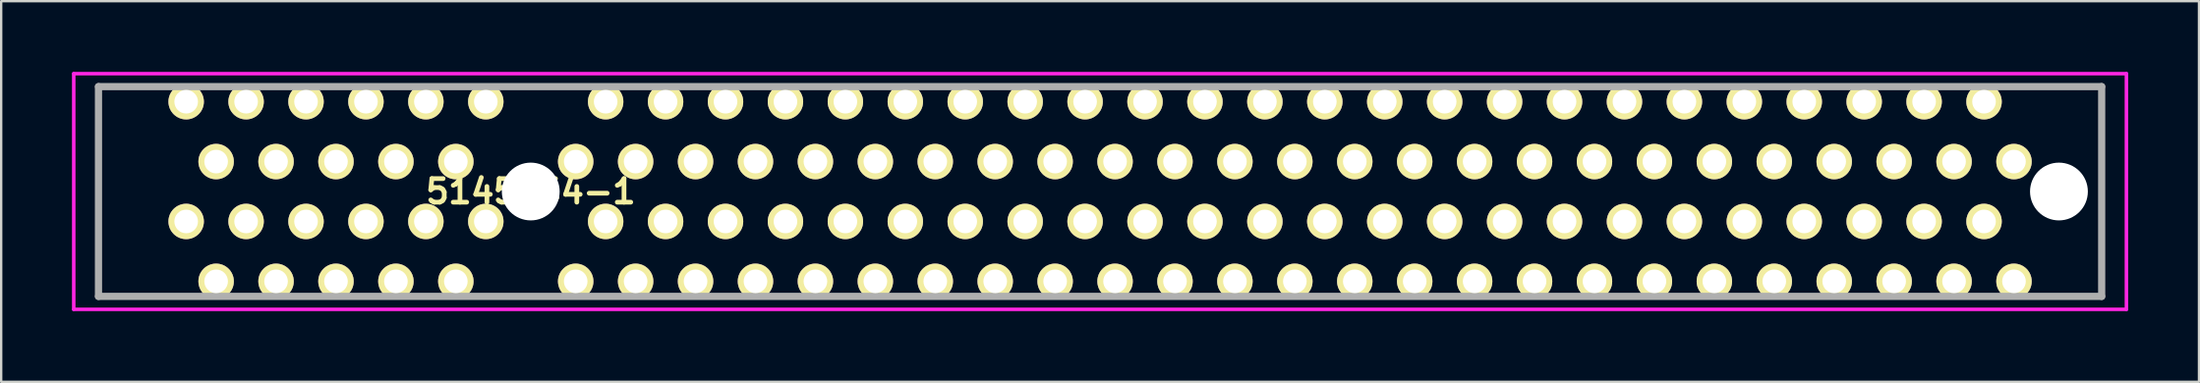
<source format=kicad_pcb>
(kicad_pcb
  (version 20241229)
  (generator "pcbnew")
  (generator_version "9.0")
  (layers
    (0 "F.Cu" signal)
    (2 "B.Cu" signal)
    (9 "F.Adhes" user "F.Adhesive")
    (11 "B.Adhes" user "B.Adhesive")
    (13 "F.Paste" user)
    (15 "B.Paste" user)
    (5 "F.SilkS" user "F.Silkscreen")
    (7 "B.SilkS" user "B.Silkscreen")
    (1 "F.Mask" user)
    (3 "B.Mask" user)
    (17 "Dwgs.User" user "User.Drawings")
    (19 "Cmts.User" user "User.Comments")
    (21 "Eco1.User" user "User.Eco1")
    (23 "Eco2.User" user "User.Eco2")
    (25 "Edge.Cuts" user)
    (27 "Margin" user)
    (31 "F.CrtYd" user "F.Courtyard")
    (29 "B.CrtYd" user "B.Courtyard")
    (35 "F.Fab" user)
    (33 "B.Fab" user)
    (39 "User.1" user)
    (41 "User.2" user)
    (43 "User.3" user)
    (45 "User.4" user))
  (footprint "5145154-1"
    (layer "F.Cu")
    (at 19.445 5.075)
    (property "Reference" "5145154-1" (at 0 0 0) (layer "F.SilkS") (effects (font (size 1 1) (thickness 0.2))))
    (attr through_hole)
    (fp_line (start -19.37 -5) (end -19.37 5) (stroke (width 0.15) (type solid)) (layer "F.CrtYd"))
    (fp_line (start -19.37 5) (end 67.63 5) (stroke (width 0.15) (type solid)) (layer "F.CrtYd"))
    (fp_line (start 67.63 -5) (end -19.37 -5) (stroke (width 0.15) (type solid)) (layer "F.CrtYd"))
    (fp_line (start 67.63 5) (end 67.63 -5) (stroke (width 0.15) (type solid)) (layer "F.CrtYd"))
    (fp_line (start -18.321 -4.45) (end -18.321 4.45) (stroke (width 0.305) (type solid)) (layer "F.Fab"))
    (fp_line (start -18.321 4.45) (end 66.581 4.45) (stroke (width 0.305) (type solid)) (layer "F.Fab"))
    (fp_line (start 66.581 -4.45) (end -18.321 -4.45) (stroke (width 0.305) (type solid)) (layer "F.Fab"))
    (fp_line (start 66.581 4.45) (end 66.581 -4.45) (stroke (width 0.305) (type solid)) (layer "F.Fab"))
    (pad "" np_thru_hole circle (at 0 0) (size 2.451 2.451) (drill 2.451) (layers "*.Cu" "*.Mask"))
    (pad "" np_thru_hole circle (at 64.77 0) (size 2.451 2.451) (drill 2.451) (layers "*.Cu" "*.Mask"))
    (pad "A1" thru_hole circle (at -14.605 -3.81) (size 1.501 1.501) (drill 1.001) (layers "*.Cu" "*.Mask" "F.SilkS"))
    (pad "A2" thru_hole circle (at -13.335 -1.27) (size 1.501 1.501) (drill 1.001) (layers "*.Cu" "*.Mask" "F.SilkS"))
    (pad "A3" thru_hole circle (at -12.065 -3.81) (size 1.501 1.501) (drill 1.001) (layers "*.Cu" "*.Mask" "F.SilkS"))
    (pad "A4" thru_hole circle (at -10.795 -1.27) (size 1.501 1.501) (drill 1.001) (layers "*.Cu" "*.Mask" "F.SilkS"))
    (pad "A5" thru_hole circle (at -9.525 -3.81) (size 1.501 1.501) (drill 1.001) (layers "*.Cu" "*.Mask" "F.SilkS"))
    (pad "A6" thru_hole circle (at -8.255 -1.27) (size 1.501 1.501) (drill 1.001) (layers "*.Cu" "*.Mask" "F.SilkS"))
    (pad "A7" thru_hole circle (at -6.985 -3.81) (size 1.501 1.501) (drill 1.001) (layers "*.Cu" "*.Mask" "F.SilkS"))
    (pad "A8" thru_hole circle (at -5.715 -1.27) (size 1.501 1.501) (drill 1.001) (layers "*.Cu" "*.Mask" "F.SilkS"))
    (pad "A9" thru_hole circle (at -4.445 -3.81) (size 1.501 1.501) (drill 1.001) (layers "*.Cu" "*.Mask" "F.SilkS"))
    (pad "A10" thru_hole circle (at -3.175 -1.27) (size 1.501 1.501) (drill 1.001) (layers "*.Cu" "*.Mask" "F.SilkS"))
    (pad "A11" thru_hole circle (at -1.905 -3.81) (size 1.501 1.501) (drill 1.001) (layers "*.Cu" "*.Mask" "F.SilkS"))
    (pad "A14" thru_hole circle (at 1.905 -1.27) (size 1.501 1.501) (drill 1.001) (layers "*.Cu" "*.Mask" "F.SilkS"))
    (pad "A15" thru_hole circle (at 3.175 -3.81) (size 1.501 1.501) (drill 1.001) (layers "*.Cu" "*.Mask" "F.SilkS"))
    (pad "A16" thru_hole circle (at 4.445 -1.27) (size 1.501 1.501) (drill 1.001) (layers "*.Cu" "*.Mask" "F.SilkS"))
    (pad "A17" thru_hole circle (at 5.715 -3.81) (size 1.501 1.501) (drill 1.001) (layers "*.Cu" "*.Mask" "F.SilkS"))
    (pad "A18" thru_hole circle (at 6.985 -1.27) (size 1.501 1.501) (drill 1.001) (layers "*.Cu" "*.Mask" "F.SilkS"))
    (pad "A19" thru_hole circle (at 8.255 -3.81) (size 1.501 1.501) (drill 1.001) (layers "*.Cu" "*.Mask" "F.SilkS"))
    (pad "A20" thru_hole circle (at 9.525 -1.27) (size 1.501 1.501) (drill 1.001) (layers "*.Cu" "*.Mask" "F.SilkS"))
    (pad "A21" thru_hole circle (at 10.795 -3.81) (size 1.501 1.501) (drill 1.001) (layers "*.Cu" "*.Mask" "F.SilkS"))
    (pad "A22" thru_hole circle (at 12.065 -1.27) (size 1.501 1.501) (drill 1.001) (layers "*.Cu" "*.Mask" "F.SilkS"))
    (pad "A23" thru_hole circle (at 13.335 -3.81) (size 1.501 1.501) (drill 1.001) (layers "*.Cu" "*.Mask" "F.SilkS"))
    (pad "A24" thru_hole circle (at 14.605 -1.27) (size 1.501 1.501) (drill 1.001) (layers "*.Cu" "*.Mask" "F.SilkS"))
    (pad "A25" thru_hole circle (at 15.875 -3.81) (size 1.501 1.501) (drill 1.001) (layers "*.Cu" "*.Mask" "F.SilkS"))
    (pad "A26" thru_hole circle (at 17.145 -1.27) (size 1.501 1.501) (drill 1.001) (layers "*.Cu" "*.Mask" "F.SilkS"))
    (pad "A27" thru_hole circle (at 18.415 -3.81) (size 1.501 1.501) (drill 1.001) (layers "*.Cu" "*.Mask" "F.SilkS"))
    (pad "A28" thru_hole circle (at 19.685 -1.27) (size 1.501 1.501) (drill 1.001) (layers "*.Cu" "*.Mask" "F.SilkS"))
    (pad "A29" thru_hole circle (at 20.955 -3.81) (size 1.501 1.501) (drill 1.001) (layers "*.Cu" "*.Mask" "F.SilkS"))
    (pad "A30" thru_hole circle (at 22.225 -1.27) (size 1.501 1.501) (drill 1.001) (layers "*.Cu" "*.Mask" "F.SilkS"))
    (pad "A31" thru_hole circle (at 23.495 -3.81) (size 1.501 1.501) (drill 1.001) (layers "*.Cu" "*.Mask" "F.SilkS"))
    (pad "A32" thru_hole circle (at 24.765 -1.27) (size 1.501 1.501) (drill 1.001) (layers "*.Cu" "*.Mask" "F.SilkS"))
    (pad "A33" thru_hole circle (at 26.035 -3.81) (size 1.501 1.501) (drill 1.001) (layers "*.Cu" "*.Mask" "F.SilkS"))
    (pad "A34" thru_hole circle (at 27.305 -1.27) (size 1.501 1.501) (drill 1.001) (layers "*.Cu" "*.Mask" "F.SilkS"))
    (pad "A35" thru_hole circle (at 28.575 -3.81) (size 1.501 1.501) (drill 1.001) (layers "*.Cu" "*.Mask" "F.SilkS"))
    (pad "A36" thru_hole circle (at 29.845 -1.27) (size 1.501 1.501) (drill 1.001) (layers "*.Cu" "*.Mask" "F.SilkS"))
    (pad "A37" thru_hole circle (at 31.115 -3.81) (size 1.501 1.501) (drill 1.001) (layers "*.Cu" "*.Mask" "F.SilkS"))
    (pad "A38" thru_hole circle (at 32.385 -1.27) (size 1.501 1.501) (drill 1.001) (layers "*.Cu" "*.Mask" "F.SilkS"))
    (pad "A39" thru_hole circle (at 33.655 -3.81) (size 1.501 1.501) (drill 1.001) (layers "*.Cu" "*.Mask" "F.SilkS"))
    (pad "A40" thru_hole circle (at 34.925 -1.27) (size 1.501 1.501) (drill 1.001) (layers "*.Cu" "*.Mask" "F.SilkS"))
    (pad "A41" thru_hole circle (at 36.195 -3.81) (size 1.501 1.501) (drill 1.001) (layers "*.Cu" "*.Mask" "F.SilkS"))
    (pad "A42" thru_hole circle (at 37.465 -1.27) (size 1.501 1.501) (drill 1.001) (layers "*.Cu" "*.Mask" "F.SilkS"))
    (pad "A43" thru_hole circle (at 38.735 -3.81) (size 1.501 1.501) (drill 1.001) (layers "*.Cu" "*.Mask" "F.SilkS"))
    (pad "A44" thru_hole circle (at 40.005 -1.27) (size 1.501 1.501) (drill 1.001) (layers "*.Cu" "*.Mask" "F.SilkS"))
    (pad "A45" thru_hole circle (at 41.275 -3.81) (size 1.501 1.501) (drill 1.001) (layers "*.Cu" "*.Mask" "F.SilkS"))
    (pad "A46" thru_hole circle (at 42.545 -1.27) (size 1.501 1.501) (drill 1.001) (layers "*.Cu" "*.Mask" "F.SilkS"))
    (pad "A47" thru_hole circle (at 43.815 -3.81) (size 1.501 1.501) (drill 1.001) (layers "*.Cu" "*.Mask" "F.SilkS"))
    (pad "A48" thru_hole circle (at 45.085 -1.27) (size 1.501 1.501) (drill 1.001) (layers "*.Cu" "*.Mask" "F.SilkS"))
    (pad "A49" thru_hole circle (at 46.355 -3.81) (size 1.501 1.501) (drill 1.001) (layers "*.Cu" "*.Mask" "F.SilkS"))
    (pad "A50" thru_hole circle (at 47.625 -1.27) (size 1.501 1.501) (drill 1.001) (layers "*.Cu" "*.Mask" "F.SilkS"))
    (pad "A51" thru_hole circle (at 48.895 -3.81) (size 1.501 1.501) (drill 1.001) (layers "*.Cu" "*.Mask" "F.SilkS"))
    (pad "A52" thru_hole circle (at 50.165 -1.27) (size 1.501 1.501) (drill 1.001) (layers "*.Cu" "*.Mask" "F.SilkS"))
    (pad "A53" thru_hole circle (at 51.435 -3.81) (size 1.501 1.501) (drill 1.001) (layers "*.Cu" "*.Mask" "F.SilkS"))
    (pad "A54" thru_hole circle (at 52.705 -1.27) (size 1.501 1.501) (drill 1.001) (layers "*.Cu" "*.Mask" "F.SilkS"))
    (pad "A55" thru_hole circle (at 53.975 -3.81) (size 1.501 1.501) (drill 1.001) (layers "*.Cu" "*.Mask" "F.SilkS"))
    (pad "A56" thru_hole circle (at 55.245 -1.27) (size 1.501 1.501) (drill 1.001) (layers "*.Cu" "*.Mask" "F.SilkS"))
    (pad "A57" thru_hole circle (at 56.515 -3.81) (size 1.501 1.501) (drill 1.001) (layers "*.Cu" "*.Mask" "F.SilkS"))
    (pad "A58" thru_hole circle (at 57.785 -1.27) (size 1.501 1.501) (drill 1.001) (layers "*.Cu" "*.Mask" "F.SilkS"))
    (pad "A59" thru_hole circle (at 59.055 -3.81) (size 1.501 1.501) (drill 1.001) (layers "*.Cu" "*.Mask" "F.SilkS"))
    (pad "A60" thru_hole circle (at 60.325 -1.27) (size 1.501 1.501) (drill 1.001) (layers "*.Cu" "*.Mask" "F.SilkS"))
    (pad "A61" thru_hole circle (at 61.595 -3.81) (size 1.501 1.501) (drill 1.001) (layers "*.Cu" "*.Mask" "F.SilkS"))
    (pad "A62" thru_hole circle (at 62.865 -1.27) (size 1.501 1.501) (drill 1.001) (layers "*.Cu" "*.Mask" "F.SilkS"))
    (pad "B1" thru_hole circle (at -14.605 1.27) (size 1.501 1.501) (drill 1.001) (layers "*.Cu" "*.Mask" "F.SilkS"))
    (pad "B2" thru_hole circle (at -13.335 3.81) (size 1.501 1.501) (drill 1.001) (layers "*.Cu" "*.Mask" "F.SilkS"))
    (pad "B3" thru_hole circle (at -12.065 1.27) (size 1.501 1.501) (drill 1.001) (layers "*.Cu" "*.Mask" "F.SilkS"))
    (pad "B4" thru_hole circle (at -10.795 3.81) (size 1.501 1.501) (drill 1.001) (layers "*.Cu" "*.Mask" "F.SilkS"))
    (pad "B5" thru_hole circle (at -9.525 1.27) (size 1.501 1.501) (drill 1.001) (layers "*.Cu" "*.Mask" "F.SilkS"))
    (pad "B6" thru_hole circle (at -8.255 3.81) (size 1.501 1.501) (drill 1.001) (layers "*.Cu" "*.Mask" "F.SilkS"))
    (pad "B7" thru_hole circle (at -6.985 1.27) (size 1.501 1.501) (drill 1.001) (layers "*.Cu" "*.Mask" "F.SilkS"))
    (pad "B8" thru_hole circle (at -5.715 3.81) (size 1.501 1.501) (drill 1.001) (layers "*.Cu" "*.Mask" "F.SilkS"))
    (pad "B9" thru_hole circle (at -4.445 1.27) (size 1.501 1.501) (drill 1.001) (layers "*.Cu" "*.Mask" "F.SilkS"))
    (pad "B10" thru_hole circle (at -3.175 3.81) (size 1.501 1.501) (drill 1.001) (layers "*.Cu" "*.Mask" "F.SilkS"))
    (pad "B11" thru_hole circle (at -1.905 1.27) (size 1.501 1.501) (drill 1.001) (layers "*.Cu" "*.Mask" "F.SilkS"))
    (pad "B14" thru_hole circle (at 1.905 3.81) (size 1.501 1.501) (drill 1.001) (layers "*.Cu" "*.Mask" "F.SilkS"))
    (pad "B15" thru_hole circle (at 3.175 1.27) (size 1.501 1.501) (drill 1.001) (layers "*.Cu" "*.Mask" "F.SilkS"))
    (pad "B16" thru_hole circle (at 4.445 3.81) (size 1.501 1.501) (drill 1.001) (layers "*.Cu" "*.Mask" "F.SilkS"))
    (pad "B17" thru_hole circle (at 5.715 1.27) (size 1.501 1.501) (drill 1.001) (layers "*.Cu" "*.Mask" "F.SilkS"))
    (pad "B18" thru_hole circle (at 6.985 3.81) (size 1.501 1.501) (drill 1.001) (layers "*.Cu" "*.Mask" "F.SilkS"))
    (pad "B19" thru_hole circle (at 8.255 1.27) (size 1.501 1.501) (drill 1.001) (layers "*.Cu" "*.Mask" "F.SilkS"))
    (pad "B20" thru_hole circle (at 9.525 3.81) (size 1.501 1.501) (drill 1.001) (layers "*.Cu" "*.Mask" "F.SilkS"))
    (pad "B21" thru_hole circle (at 10.795 1.27) (size 1.501 1.501) (drill 1.001) (layers "*.Cu" "*.Mask" "F.SilkS"))
    (pad "B22" thru_hole circle (at 12.065 3.81) (size 1.501 1.501) (drill 1.001) (layers "*.Cu" "*.Mask" "F.SilkS"))
    (pad "B23" thru_hole circle (at 13.335 1.27) (size 1.501 1.501) (drill 1.001) (layers "*.Cu" "*.Mask" "F.SilkS"))
    (pad "B24" thru_hole circle (at 14.605 3.81) (size 1.501 1.501) (drill 1.001) (layers "*.Cu" "*.Mask" "F.SilkS"))
    (pad "B25" thru_hole circle (at 15.875 1.27) (size 1.501 1.501) (drill 1.001) (layers "*.Cu" "*.Mask" "F.SilkS"))
    (pad "B26" thru_hole circle (at 17.145 3.81) (size 1.501 1.501) (drill 1.001) (layers "*.Cu" "*.Mask" "F.SilkS"))
    (pad "B27" thru_hole circle (at 18.415 1.27) (size 1.501 1.501) (drill 1.001) (layers "*.Cu" "*.Mask" "F.SilkS"))
    (pad "B28" thru_hole circle (at 19.685 3.81) (size 1.501 1.501) (drill 1.001) (layers "*.Cu" "*.Mask" "F.SilkS"))
    (pad "B29" thru_hole circle (at 20.955 1.27) (size 1.501 1.501) (drill 1.001) (layers "*.Cu" "*.Mask" "F.SilkS"))
    (pad "B30" thru_hole circle (at 22.225 3.81) (size 1.501 1.501) (drill 1.001) (layers "*.Cu" "*.Mask" "F.SilkS"))
    (pad "B31" thru_hole circle (at 23.495 1.27) (size 1.501 1.501) (drill 1.001) (layers "*.Cu" "*.Mask" "F.SilkS"))
    (pad "B32" thru_hole circle (at 24.765 3.81) (size 1.501 1.501) (drill 1.001) (layers "*.Cu" "*.Mask" "F.SilkS"))
    (pad "B33" thru_hole circle (at 26.035 1.27) (size 1.501 1.501) (drill 1.001) (layers "*.Cu" "*.Mask" "F.SilkS"))
    (pad "B34" thru_hole circle (at 27.305 3.81) (size 1.501 1.501) (drill 1.001) (layers "*.Cu" "*.Mask" "F.SilkS"))
    (pad "B35" thru_hole circle (at 28.575 1.27) (size 1.501 1.501) (drill 1.001) (layers "*.Cu" "*.Mask" "F.SilkS"))
    (pad "B36" thru_hole circle (at 29.845 3.81) (size 1.501 1.501) (drill 1.001) (layers "*.Cu" "*.Mask" "F.SilkS"))
    (pad "B37" thru_hole circle (at 31.115 1.27) (size 1.501 1.501) (drill 1.001) (layers "*.Cu" "*.Mask" "F.SilkS"))
    (pad "B38" thru_hole circle (at 32.385 3.81) (size 1.501 1.501) (drill 1.001) (layers "*.Cu" "*.Mask" "F.SilkS"))
    (pad "B39" thru_hole circle (at 33.655 1.27) (size 1.501 1.501) (drill 1.001) (layers "*.Cu" "*.Mask" "F.SilkS"))
    (pad "B40" thru_hole circle (at 34.925 3.81) (size 1.501 1.501) (drill 1.001) (layers "*.Cu" "*.Mask" "F.SilkS"))
    (pad "B41" thru_hole circle (at 36.195 1.27) (size 1.501 1.501) (drill 1.001) (layers "*.Cu" "*.Mask" "F.SilkS"))
    (pad "B42" thru_hole circle (at 37.465 3.81) (size 1.501 1.501) (drill 1.001) (layers "*.Cu" "*.Mask" "F.SilkS"))
    (pad "B43" thru_hole circle (at 38.735 1.27) (size 1.501 1.501) (drill 1.001) (layers "*.Cu" "*.Mask" "F.SilkS"))
    (pad "B44" thru_hole circle (at 40.005 3.81) (size 1.501 1.501) (drill 1.001) (layers "*.Cu" "*.Mask" "F.SilkS"))
    (pad "B45" thru_hole circle (at 41.275 1.27) (size 1.501 1.501) (drill 1.001) (layers "*.Cu" "*.Mask" "F.SilkS"))
    (pad "B46" thru_hole circle (at 42.545 3.81) (size 1.501 1.501) (drill 1.001) (layers "*.Cu" "*.Mask" "F.SilkS"))
    (pad "B47" thru_hole circle (at 43.815 1.27) (size 1.501 1.501) (drill 1.001) (layers "*.Cu" "*.Mask" "F.SilkS"))
    (pad "B48" thru_hole circle (at 45.085 3.81) (size 1.501 1.501) (drill 1.001) (layers "*.Cu" "*.Mask" "F.SilkS"))
    (pad "B49" thru_hole circle (at 46.355 1.27) (size 1.501 1.501) (drill 1.001) (layers "*.Cu" "*.Mask" "F.SilkS"))
    (pad "B50" thru_hole circle (at 47.625 3.81) (size 1.501 1.501) (drill 1.001) (layers "*.Cu" "*.Mask" "F.SilkS"))
    (pad "B51" thru_hole circle (at 48.895 1.27) (size 1.501 1.501) (drill 1.001) (layers "*.Cu" "*.Mask" "F.SilkS"))
    (pad "B52" thru_hole circle (at 50.165 3.81) (size 1.501 1.501) (drill 1.001) (layers "*.Cu" "*.Mask" "F.SilkS"))
    (pad "B53" thru_hole circle (at 51.435 1.27) (size 1.501 1.501) (drill 1.001) (layers "*.Cu" "*.Mask" "F.SilkS"))
    (pad "B54" thru_hole circle (at 52.705 3.81) (size 1.501 1.501) (drill 1.001) (layers "*.Cu" "*.Mask" "F.SilkS"))
    (pad "B55" thru_hole circle (at 53.975 1.27) (size 1.501 1.501) (drill 1.001) (layers "*.Cu" "*.Mask" "F.SilkS"))
    (pad "B56" thru_hole circle (at 55.245 3.81) (size 1.501 1.501) (drill 1.001) (layers "*.Cu" "*.Mask" "F.SilkS"))
    (pad "B57" thru_hole circle (at 56.515 1.27) (size 1.501 1.501) (drill 1.001) (layers "*.Cu" "*.Mask" "F.SilkS"))
    (pad "B58" thru_hole circle (at 57.785 3.81) (size 1.501 1.501) (drill 1.001) (layers "*.Cu" "*.Mask" "F.SilkS"))
    (pad "B59" thru_hole circle (at 59.055 1.27) (size 1.501 1.501) (drill 1.001) (layers "*.Cu" "*.Mask" "F.SilkS"))
    (pad "B60" thru_hole circle (at 60.325 3.81) (size 1.501 1.501) (drill 1.001) (layers "*.Cu" "*.Mask" "F.SilkS"))
    (pad "B61" thru_hole circle (at 61.595 1.27) (size 1.501 1.501) (drill 1.001) (layers "*.Cu" "*.Mask" "F.SilkS"))
    (pad "B62" thru_hole circle (at 62.865 3.81) (size 1.501 1.501) (drill 1.001) (layers "*.Cu" "*.Mask" "F.SilkS")))
  (gr_rect
    (start -3 -3)
    (end 90.15 13.15)
    (stroke (width 0.1) (type default))
    (fill no)
    (layer "Edge.Cuts")))
</source>
